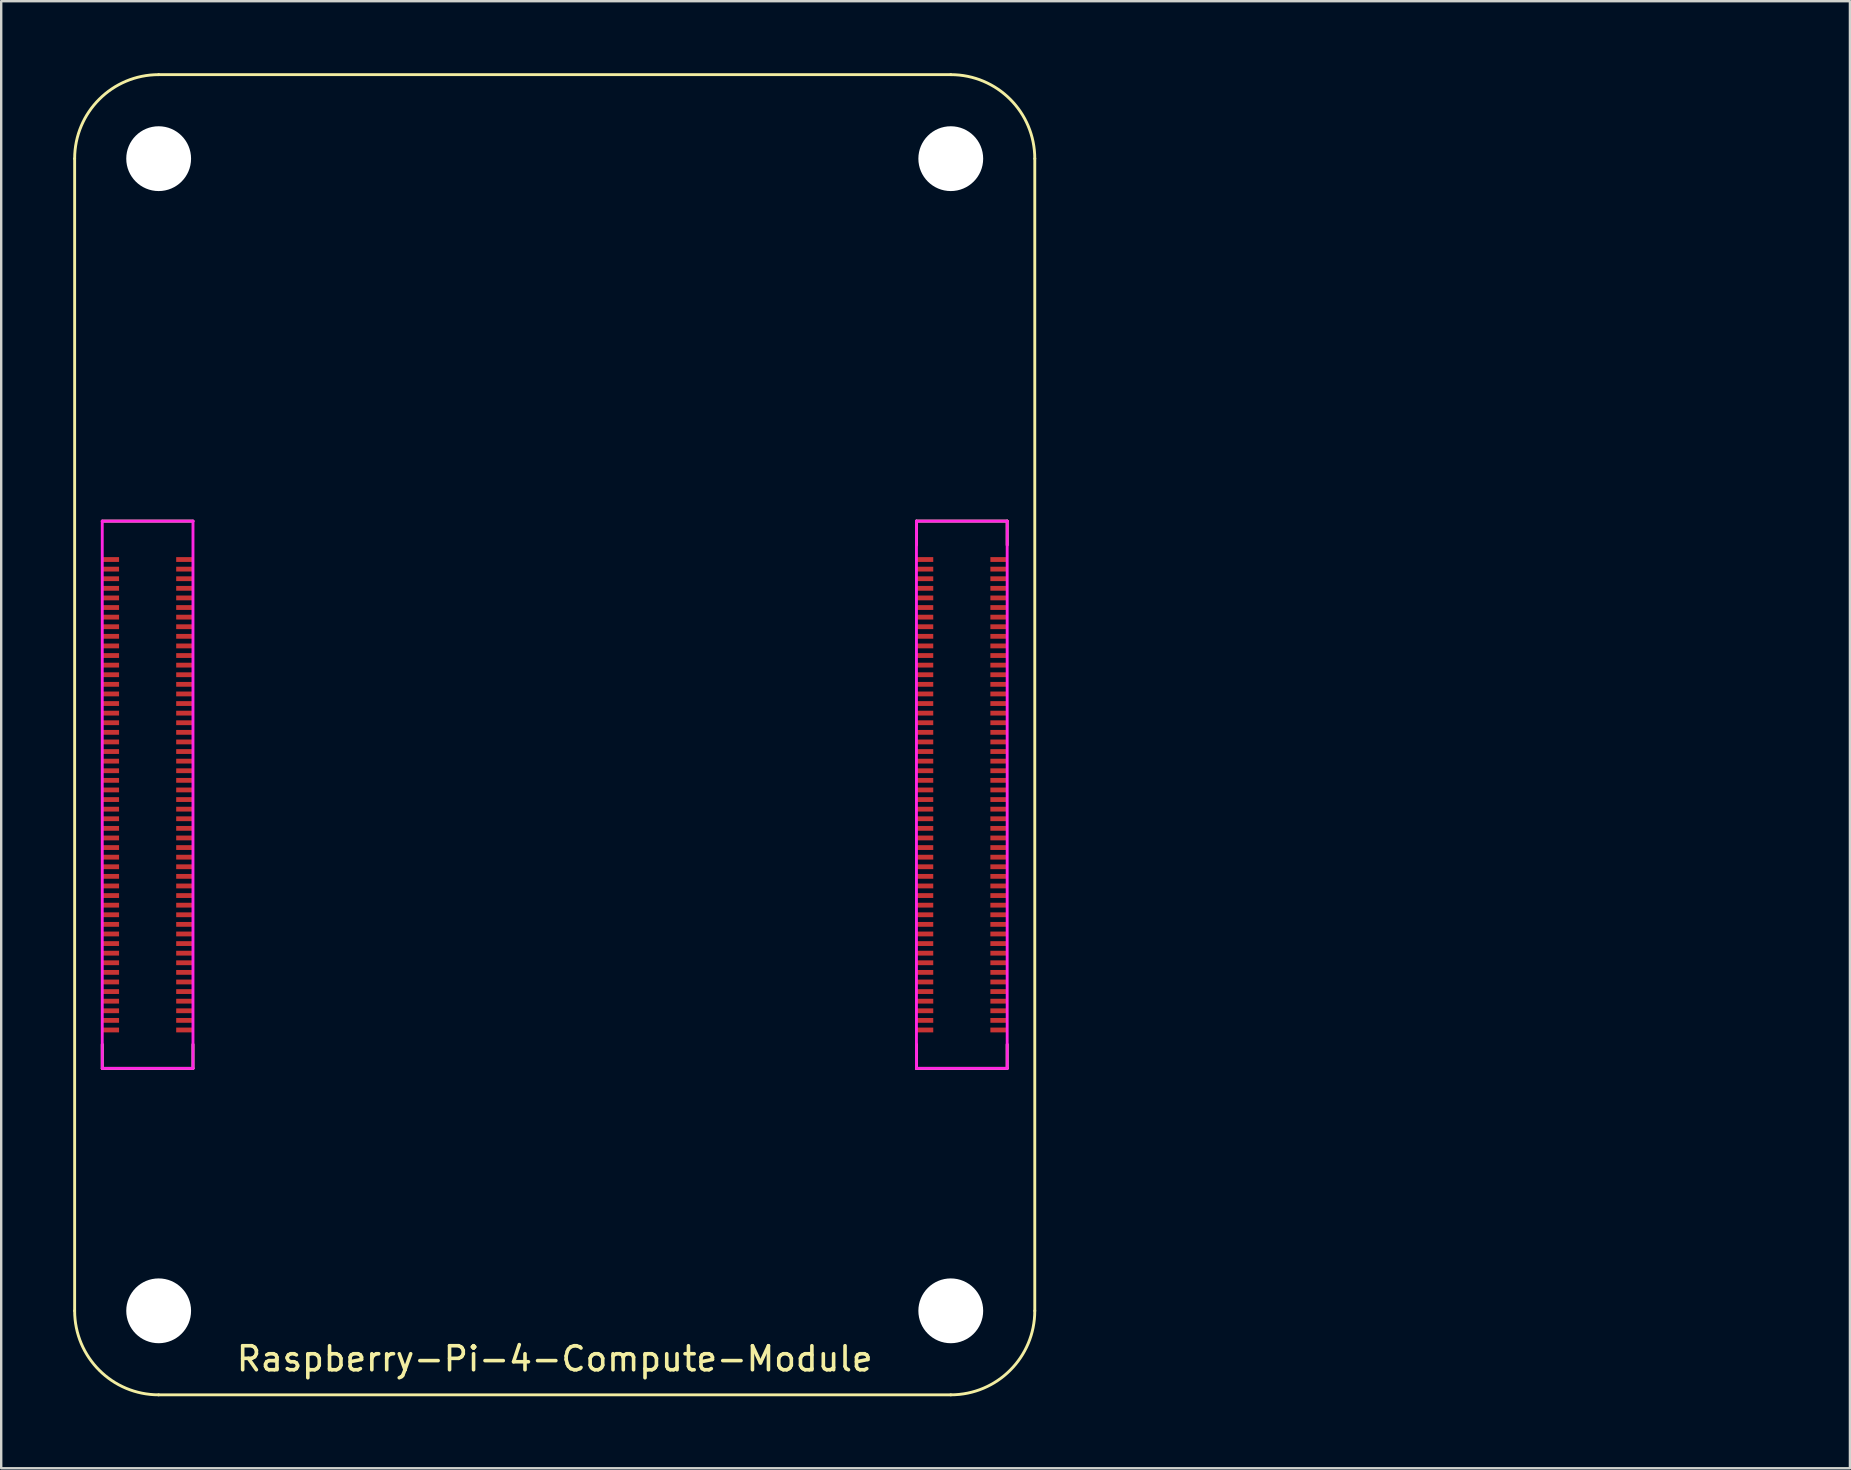
<source format=kicad_pcb>
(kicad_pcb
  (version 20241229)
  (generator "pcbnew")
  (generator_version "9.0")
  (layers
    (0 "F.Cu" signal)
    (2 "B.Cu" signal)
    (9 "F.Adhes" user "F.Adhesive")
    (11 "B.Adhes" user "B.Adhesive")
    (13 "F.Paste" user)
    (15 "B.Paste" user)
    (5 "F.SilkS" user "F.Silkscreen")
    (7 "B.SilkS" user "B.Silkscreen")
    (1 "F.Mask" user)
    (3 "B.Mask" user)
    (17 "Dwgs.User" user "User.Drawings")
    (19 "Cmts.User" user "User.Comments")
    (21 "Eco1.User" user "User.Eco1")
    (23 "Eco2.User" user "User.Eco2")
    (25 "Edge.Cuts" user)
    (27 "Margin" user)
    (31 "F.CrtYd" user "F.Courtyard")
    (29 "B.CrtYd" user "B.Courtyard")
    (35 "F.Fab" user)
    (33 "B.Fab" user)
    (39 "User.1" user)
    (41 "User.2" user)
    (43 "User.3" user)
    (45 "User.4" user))
  (footprint "Raspberry-Pi-4-Compute-Module"
    (layer "F.Cu")
    (at 3.56 51.56)
    (property "Reference" "Raspberry-Pi-4-Compute-Module" (at 16.5 2 180) (layer "F.SilkS") (effects (font (size 1 1) (thickness 0.15))))
    (attr smd)
    (fp_line (start -3.5 -48) (end -3.5 0) (stroke (width 0.12) (type solid)) (layer "F.SilkS"))
    (fp_line (start -2.35 -32.9) (end 1.43 -32.9) (stroke (width 0.12) (type solid)) (layer "F.SilkS"))
    (fp_line (start -2.35 -10.1) (end -2.35 -11.1) (stroke (width 0.12) (type solid)) (layer "F.SilkS"))
    (fp_line (start -2.35 -10.1) (end 1.43 -10.1) (stroke (width 0.12) (type solid)) (layer "F.SilkS"))
    (fp_line (start 0 3.5) (end 33 3.5) (stroke (width 0.12) (type solid)) (layer "F.SilkS"))
    (fp_line (start 1.43 -10.1) (end 1.43 -11.1) (stroke (width 0.12) (type solid)) (layer "F.SilkS"))
    (fp_line (start 31.57 -32.9) (end 31.57 -31.9) (stroke (width 0.12) (type solid)) (layer "F.SilkS"))
    (fp_line (start 31.57 -32.9) (end 35.35 -32.9) (stroke (width 0.12) (type solid)) (layer "F.SilkS"))
    (fp_line (start 31.57 -10.1) (end 31.57 -11.1) (stroke (width 0.12) (type solid)) (layer "F.SilkS"))
    (fp_line (start 31.57 -10.1) (end 35.35 -10.1) (stroke (width 0.12) (type solid)) (layer "F.SilkS"))
    (fp_line (start 33 -51.5) (end 0 -51.5) (stroke (width 0.12) (type solid)) (layer "F.SilkS"))
    (fp_line (start 35.35 -32.9) (end 35.35 -31.9) (stroke (width 0.12) (type solid)) (layer "F.SilkS"))
    (fp_line (start 35.35 -10.1) (end 35.35 -11.1) (stroke (width 0.12) (type solid)) (layer "F.SilkS"))
    (fp_line (start 36.5 0) (end 36.5 -48) (stroke (width 0.12) (type solid)) (layer "F.SilkS"))
    (fp_arc (start -3.5 -48) (mid -2.474874 -50.474874) (end 0 -51.5) (stroke (width 0.12) (type solid)) (layer "F.SilkS"))
    (fp_arc (start 0 3.5) (mid -2.474874 2.474874) (end -3.5 0) (stroke (width 0.12) (type solid)) (layer "F.SilkS"))
    (fp_arc (start 33 -51.5) (mid 35.474874 -50.474874) (end 36.5 -48) (stroke (width 0.12) (type solid)) (layer "F.SilkS"))
    (fp_arc (start 36.5 0) (mid 35.474874 2.474874) (end 33 3.5) (stroke (width 0.12) (type solid)) (layer "F.SilkS"))
    (fp_line (start -2.35 -32.9) (end 1.43 -32.9) (stroke (width 0.12) (type solid)) (layer "F.CrtYd"))
    (fp_line (start -2.35 -10.1) (end -2.35 -32.9) (stroke (width 0.12) (type solid)) (layer "F.CrtYd"))
    (fp_line (start 1.43 -32.9) (end 1.43 -10.1) (stroke (width 0.12) (type solid)) (layer "F.CrtYd"))
    (fp_line (start 1.43 -10.1) (end -2.35 -10.1) (stroke (width 0.12) (type solid)) (layer "F.CrtYd"))
    (fp_line (start 31.57 -32.9) (end 35.35 -32.9) (stroke (width 0.12) (type solid)) (layer "F.CrtYd"))
    (fp_line (start 31.57 -10.1) (end 31.57 -32.9) (stroke (width 0.12) (type solid)) (layer "F.CrtYd"))
    (fp_line (start 35.35 -32.9) (end 35.35 -10.1) (stroke (width 0.12) (type solid)) (layer "F.CrtYd"))
    (fp_line (start 35.35 -10.1) (end 31.57 -10.1) (stroke (width 0.12) (type solid)) (layer "F.CrtYd"))
    (fp_rect (start 12.5 -51.5) (end 28.4 -45.4) (stroke (width 0.12) (type default)) (fill no) (layer "User.1"))
    (fp_text user "WIRELESS KEEPOUT" (at 13.1 -48 0) (unlocked yes) (layer "User.1") (effects (font (size 1 1) (thickness 0.15)) (justify left bottom)))
    (fp_text_box "Receptacle component options:\n1.5mm height: 2x Hirose DF40C-100DS-0.4v\nOR\n3.0mm height: 2x Hirose DF40HC(3.0)-100DS-0.4v" (start 38.2 -43.4) (end 67.4 -32.1) (margins 0.81 0.81 0.81 0.81) (layer "User.1") (effects (font (size 1 1) (thickness 0.15)) (justify left top)) (border yes) (stroke (width 0.12) (type solid)))
    (pad "" np_thru_hole circle (at 0 -48) (size 2.7 2.7) (drill 2.7) (layers "*.Cu" "*.Mask"))
    (pad "" np_thru_hole circle (at 0 0) (size 2.7 2.7) (drill 2.7) (layers "*.Cu" "*.Mask"))
    (pad "" np_thru_hole circle (at 33 -48) (size 2.7 2.7) (drill 2.7) (layers "*.Cu" "*.Mask"))
    (pad "" np_thru_hole circle (at 33 0) (size 2.7 2.7) (drill 2.7) (layers "*.Cu" "*.Mask"))
    (pad "1" smd rect (at -2 -31.3 270) (size 0.2 0.7) (layers "F.Cu" "F.Mask" "F.Paste"))
    (pad "2" smd rect (at 1.08 -31.3 270) (size 0.2 0.7) (layers "F.Cu" "F.Mask" "F.Paste"))
    (pad "3" smd rect (at -2 -30.9 270) (size 0.2 0.7) (layers "F.Cu" "F.Mask" "F.Paste"))
    (pad "4" smd rect (at 1.08 -30.9 270) (size 0.2 0.7) (layers "F.Cu" "F.Mask" "F.Paste"))
    (pad "5" smd rect (at -2 -30.5 270) (size 0.2 0.7) (layers "F.Cu" "F.Mask" "F.Paste"))
    (pad "6" smd rect (at 1.08 -30.5 270) (size 0.2 0.7) (layers "F.Cu" "F.Mask" "F.Paste"))
    (pad "7" smd rect (at -2 -30.1 270) (size 0.2 0.7) (layers "F.Cu" "F.Mask" "F.Paste"))
    (pad "8" smd rect (at 1.08 -30.1 270) (size 0.2 0.7) (layers "F.Cu" "F.Mask" "F.Paste"))
    (pad "9" smd rect (at -2 -29.7 270) (size 0.2 0.7) (layers "F.Cu" "F.Mask" "F.Paste"))
    (pad "10" smd rect (at 1.08 -29.7 270) (size 0.2 0.7) (layers "F.Cu" "F.Mask" "F.Paste"))
    (pad "11" smd rect (at -2 -29.3 270) (size 0.2 0.7) (layers "F.Cu" "F.Mask" "F.Paste"))
    (pad "12" smd rect (at 1.08 -29.3 270) (size 0.2 0.7) (layers "F.Cu" "F.Mask" "F.Paste"))
    (pad "13" smd rect (at -2 -28.9 270) (size 0.2 0.7) (layers "F.Cu" "F.Mask" "F.Paste"))
    (pad "14" smd rect (at 1.08 -28.9 270) (size 0.2 0.7) (layers "F.Cu" "F.Mask" "F.Paste"))
    (pad "15" smd rect (at -2 -28.5 270) (size 0.2 0.7) (layers "F.Cu" "F.Mask" "F.Paste"))
    (pad "16" smd rect (at 1.08 -28.5 270) (size 0.2 0.7) (layers "F.Cu" "F.Mask" "F.Paste"))
    (pad "17" smd rect (at -2 -28.1 270) (size 0.2 0.7) (layers "F.Cu" "F.Mask" "F.Paste"))
    (pad "18" smd rect (at 1.08 -28.1 270) (size 0.2 0.7) (layers "F.Cu" "F.Mask" "F.Paste"))
    (pad "19" smd rect (at -2 -27.7 270) (size 0.2 0.7) (layers "F.Cu" "F.Mask" "F.Paste"))
    (pad "20" smd rect (at 1.08 -27.7 270) (size 0.2 0.7) (layers "F.Cu" "F.Mask" "F.Paste"))
    (pad "21" smd rect (at -2 -27.3 270) (size 0.2 0.7) (layers "F.Cu" "F.Mask" "F.Paste"))
    (pad "22" smd rect (at 1.08 -27.3 270) (size 0.2 0.7) (layers "F.Cu" "F.Mask" "F.Paste"))
    (pad "23" smd rect (at -2 -26.9 270) (size 0.2 0.7) (layers "F.Cu" "F.Mask" "F.Paste"))
    (pad "24" smd rect (at 1.08 -26.9 270) (size 0.2 0.7) (layers "F.Cu" "F.Mask" "F.Paste"))
    (pad "25" smd rect (at -2 -26.5 270) (size 0.2 0.7) (layers "F.Cu" "F.Mask" "F.Paste"))
    (pad "26" smd rect (at 1.08 -26.5 270) (size 0.2 0.7) (layers "F.Cu" "F.Mask" "F.Paste"))
    (pad "27" smd rect (at -2 -26.1 270) (size 0.2 0.7) (layers "F.Cu" "F.Mask" "F.Paste"))
    (pad "28" smd rect (at 1.08 -26.1 270) (size 0.2 0.7) (layers "F.Cu" "F.Mask" "F.Paste"))
    (pad "29" smd rect (at -2 -25.7 270) (size 0.2 0.7) (layers "F.Cu" "F.Mask" "F.Paste"))
    (pad "30" smd rect (at 1.08 -25.7 270) (size 0.2 0.7) (layers "F.Cu" "F.Mask" "F.Paste"))
    (pad "31" smd rect (at -2 -25.3 270) (size 0.2 0.7) (layers "F.Cu" "F.Mask" "F.Paste"))
    (pad "32" smd rect (at 1.08 -25.3 270) (size 0.2 0.7) (layers "F.Cu" "F.Mask" "F.Paste"))
    (pad "33" smd rect (at -2 -24.9 270) (size 0.2 0.7) (layers "F.Cu" "F.Mask" "F.Paste"))
    (pad "34" smd rect (at 1.08 -24.9 270) (size 0.2 0.7) (layers "F.Cu" "F.Mask" "F.Paste"))
    (pad "35" smd rect (at -2 -24.5 270) (size 0.2 0.7) (layers "F.Cu" "F.Mask" "F.Paste"))
    (pad "36" smd rect (at 1.08 -24.5 270) (size 0.2 0.7) (layers "F.Cu" "F.Mask" "F.Paste"))
    (pad "37" smd rect (at -2 -24.1 270) (size 0.2 0.7) (layers "F.Cu" "F.Mask" "F.Paste"))
    (pad "38" smd rect (at 1.08 -24.1 270) (size 0.2 0.7) (layers "F.Cu" "F.Mask" "F.Paste"))
    (pad "39" smd rect (at -2 -23.7 270) (size 0.2 0.7) (layers "F.Cu" "F.Mask" "F.Paste"))
    (pad "40" smd rect (at 1.08 -23.7 270) (size 0.2 0.7) (layers "F.Cu" "F.Mask" "F.Paste"))
    (pad "41" smd rect (at -2 -23.3 270) (size 0.2 0.7) (layers "F.Cu" "F.Mask" "F.Paste"))
    (pad "42" smd rect (at 1.08 -23.3 270) (size 0.2 0.7) (layers "F.Cu" "F.Mask" "F.Paste"))
    (pad "43" smd rect (at -2 -22.9 270) (size 0.2 0.7) (layers "F.Cu" "F.Mask" "F.Paste"))
    (pad "44" smd rect (at 1.08 -22.9 270) (size 0.2 0.7) (layers "F.Cu" "F.Mask" "F.Paste"))
    (pad "45" smd rect (at -2 -22.5 270) (size 0.2 0.7) (layers "F.Cu" "F.Mask" "F.Paste"))
    (pad "46" smd rect (at 1.08 -22.5 270) (size 0.2 0.7) (layers "F.Cu" "F.Mask" "F.Paste"))
    (pad "47" smd rect (at -2 -22.1 270) (size 0.2 0.7) (layers "F.Cu" "F.Mask" "F.Paste"))
    (pad "48" smd rect (at 1.08 -22.1 270) (size 0.2 0.7) (layers "F.Cu" "F.Mask" "F.Paste"))
    (pad "49" smd rect (at -2 -21.7 270) (size 0.2 0.7) (layers "F.Cu" "F.Mask" "F.Paste"))
    (pad "50" smd rect (at 1.08 -21.7 270) (size 0.2 0.7) (layers "F.Cu" "F.Mask" "F.Paste"))
    (pad "51" smd rect (at -2 -21.3 270) (size 0.2 0.7) (layers "F.Cu" "F.Mask" "F.Paste"))
    (pad "52" smd rect (at 1.08 -21.3 270) (size 0.2 0.7) (layers "F.Cu" "F.Mask" "F.Paste"))
    (pad "53" smd rect (at -2 -20.9 270) (size 0.2 0.7) (layers "F.Cu" "F.Mask" "F.Paste"))
    (pad "54" smd rect (at 1.08 -20.9 270) (size 0.2 0.7) (layers "F.Cu" "F.Mask" "F.Paste"))
    (pad "55" smd rect (at -2 -20.5 270) (size 0.2 0.7) (layers "F.Cu" "F.Mask" "F.Paste"))
    (pad "56" smd rect (at 1.08 -20.5 270) (size 0.2 0.7) (layers "F.Cu" "F.Mask" "F.Paste"))
    (pad "57" smd rect (at -2 -20.1 270) (size 0.2 0.7) (layers "F.Cu" "F.Mask" "F.Paste"))
    (pad "58" smd rect (at 1.08 -20.1 270) (size 0.2 0.7) (layers "F.Cu" "F.Mask" "F.Paste"))
    (pad "59" smd rect (at -2 -19.7 270) (size 0.2 0.7) (layers "F.Cu" "F.Mask" "F.Paste"))
    (pad "60" smd rect (at 1.08 -19.7 270) (size 0.2 0.7) (layers "F.Cu" "F.Mask" "F.Paste"))
    (pad "61" smd rect (at -2 -19.3 270) (size 0.2 0.7) (layers "F.Cu" "F.Mask" "F.Paste"))
    (pad "62" smd rect (at 1.08 -19.3 270) (size 0.2 0.7) (layers "F.Cu" "F.Mask" "F.Paste"))
    (pad "63" smd rect (at -2 -18.9 270) (size 0.2 0.7) (layers "F.Cu" "F.Mask" "F.Paste"))
    (pad "64" smd rect (at 1.08 -18.9 270) (size 0.2 0.7) (layers "F.Cu" "F.Mask" "F.Paste"))
    (pad "65" smd rect (at -2 -18.5 270) (size 0.2 0.7) (layers "F.Cu" "F.Mask" "F.Paste"))
    (pad "66" smd rect (at 1.08 -18.5 270) (size 0.2 0.7) (layers "F.Cu" "F.Mask" "F.Paste"))
    (pad "67" smd rect (at -2 -18.1 270) (size 0.2 0.7) (layers "F.Cu" "F.Mask" "F.Paste"))
    (pad "68" smd rect (at 1.08 -18.1 270) (size 0.2 0.7) (layers "F.Cu" "F.Mask" "F.Paste"))
    (pad "69" smd rect (at -2 -17.7 270) (size 0.2 0.7) (layers "F.Cu" "F.Mask" "F.Paste"))
    (pad "70" smd rect (at 1.08 -17.7 270) (size 0.2 0.7) (layers "F.Cu" "F.Mask" "F.Paste"))
    (pad "71" smd rect (at -2 -17.3 270) (size 0.2 0.7) (layers "F.Cu" "F.Mask" "F.Paste"))
    (pad "72" smd rect (at 1.08 -17.3 270) (size 0.2 0.7) (layers "F.Cu" "F.Mask" "F.Paste"))
    (pad "73" smd rect (at -2 -16.9 270) (size 0.2 0.7) (layers "F.Cu" "F.Mask" "F.Paste"))
    (pad "74" smd rect (at 1.08 -16.9 270) (size 0.2 0.7) (layers "F.Cu" "F.Mask" "F.Paste"))
    (pad "75" smd rect (at -2 -16.5 270) (size 0.2 0.7) (layers "F.Cu" "F.Mask" "F.Paste"))
    (pad "76" smd rect (at 1.08 -16.5 270) (size 0.2 0.7) (layers "F.Cu" "F.Mask" "F.Paste"))
    (pad "77" smd rect (at -2 -16.1 270) (size 0.2 0.7) (layers "F.Cu" "F.Mask" "F.Paste"))
    (pad "78" smd rect (at 1.08 -16.1 270) (size 0.2 0.7) (layers "F.Cu" "F.Mask" "F.Paste"))
    (pad "79" smd rect (at -2 -15.7 270) (size 0.2 0.7) (layers "F.Cu" "F.Mask" "F.Paste"))
    (pad "80" smd rect (at 1.08 -15.7 270) (size 0.2 0.7) (layers "F.Cu" "F.Mask" "F.Paste"))
    (pad "81" smd rect (at -2 -15.3 270) (size 0.2 0.7) (layers "F.Cu" "F.Mask" "F.Paste"))
    (pad "82" smd rect (at 1.08 -15.3 270) (size 0.2 0.7) (layers "F.Cu" "F.Mask" "F.Paste"))
    (pad "83" smd rect (at -2 -14.9 270) (size 0.2 0.7) (layers "F.Cu" "F.Mask" "F.Paste"))
    (pad "84" smd rect (at 1.08 -14.9 270) (size 0.2 0.7) (layers "F.Cu" "F.Mask" "F.Paste"))
    (pad "85" smd rect (at -2 -14.5 270) (size 0.2 0.7) (layers "F.Cu" "F.Mask" "F.Paste"))
    (pad "86" smd rect (at 1.08 -14.5 270) (size 0.2 0.7) (layers "F.Cu" "F.Mask" "F.Paste"))
    (pad "87" smd rect (at -2 -14.1 270) (size 0.2 0.7) (layers "F.Cu" "F.Mask" "F.Paste"))
    (pad "88" smd rect (at 1.08 -14.1 270) (size 0.2 0.7) (layers "F.Cu" "F.Mask" "F.Paste"))
    (pad "89" smd rect (at -2 -13.7 270) (size 0.2 0.7) (layers "F.Cu" "F.Mask" "F.Paste"))
    (pad "90" smd rect (at 1.08 -13.7 270) (size 0.2 0.7) (layers "F.Cu" "F.Mask" "F.Paste"))
    (pad "91" smd rect (at -2 -13.3 270) (size 0.2 0.7) (layers "F.Cu" "F.Mask" "F.Paste"))
    (pad "92" smd rect (at 1.08 -13.3 270) (size 0.2 0.7) (layers "F.Cu" "F.Mask" "F.Paste"))
    (pad "93" smd rect (at -2 -12.9 270) (size 0.2 0.7) (layers "F.Cu" "F.Mask" "F.Paste"))
    (pad "94" smd rect (at 1.08 -12.9 270) (size 0.2 0.7) (layers "F.Cu" "F.Mask" "F.Paste"))
    (pad "95" smd rect (at -2 -12.5 270) (size 0.2 0.7) (layers "F.Cu" "F.Mask" "F.Paste"))
    (pad "96" smd rect (at 1.08 -12.5 270) (size 0.2 0.7) (layers "F.Cu" "F.Mask" "F.Paste"))
    (pad "97" smd rect (at -2 -12.1 270) (size 0.2 0.7) (layers "F.Cu" "F.Mask" "F.Paste"))
    (pad "98" smd rect (at 1.08 -12.1 270) (size 0.2 0.7) (layers "F.Cu" "F.Mask" "F.Paste"))
    (pad "99" smd rect (at -2 -11.7 270) (size 0.2 0.7) (layers "F.Cu" "F.Mask" "F.Paste"))
    (pad "100" smd rect (at 1.08 -11.7 270) (size 0.2 0.7) (layers "F.Cu" "F.Mask" "F.Paste"))
    (pad "101" smd rect (at 31.92 -31.3 270) (size 0.2 0.7) (layers "F.Cu" "F.Mask" "F.Paste"))
    (pad "102" smd rect (at 35 -31.3 270) (size 0.2 0.7) (layers "F.Cu" "F.Mask" "F.Paste"))
    (pad "103" smd rect (at 31.92 -30.9 270) (size 0.2 0.7) (layers "F.Cu" "F.Mask" "F.Paste"))
    (pad "104" smd rect (at 35 -30.9 270) (size 0.2 0.7) (layers "F.Cu" "F.Mask" "F.Paste"))
    (pad "105" smd rect (at 31.92 -30.5 270) (size 0.2 0.7) (layers "F.Cu" "F.Mask" "F.Paste"))
    (pad "106" smd rect (at 35 -30.5 270) (size 0.2 0.7) (layers "F.Cu" "F.Mask" "F.Paste"))
    (pad "107" smd rect (at 31.92 -30.1 270) (size 0.2 0.7) (layers "F.Cu" "F.Mask" "F.Paste"))
    (pad "108" smd rect (at 35 -30.1 270) (size 0.2 0.7) (layers "F.Cu" "F.Mask" "F.Paste"))
    (pad "109" smd rect (at 31.92 -29.7 270) (size 0.2 0.7) (layers "F.Cu" "F.Mask" "F.Paste"))
    (pad "110" smd rect (at 35 -29.7 270) (size 0.2 0.7) (layers "F.Cu" "F.Mask" "F.Paste"))
    (pad "111" smd rect (at 31.92 -29.3 270) (size 0.2 0.7) (layers "F.Cu" "F.Mask" "F.Paste"))
    (pad "112" smd rect (at 35 -29.3 270) (size 0.2 0.7) (layers "F.Cu" "F.Mask" "F.Paste"))
    (pad "113" smd rect (at 31.92 -28.9 270) (size 0.2 0.7) (layers "F.Cu" "F.Mask" "F.Paste"))
    (pad "114" smd rect (at 35 -28.9 270) (size 0.2 0.7) (layers "F.Cu" "F.Mask" "F.Paste"))
    (pad "115" smd rect (at 31.92 -28.5 270) (size 0.2 0.7) (layers "F.Cu" "F.Mask" "F.Paste"))
    (pad "116" smd rect (at 35 -28.5 270) (size 0.2 0.7) (layers "F.Cu" "F.Mask" "F.Paste"))
    (pad "117" smd rect (at 31.92 -28.1 270) (size 0.2 0.7) (layers "F.Cu" "F.Mask" "F.Paste"))
    (pad "118" smd rect (at 35 -28.1 270) (size 0.2 0.7) (layers "F.Cu" "F.Mask" "F.Paste"))
    (pad "119" smd rect (at 31.92 -27.7 270) (size 0.2 0.7) (layers "F.Cu" "F.Mask" "F.Paste"))
    (pad "120" smd rect (at 35 -27.7 270) (size 0.2 0.7) (layers "F.Cu" "F.Mask" "F.Paste"))
    (pad "121" smd rect (at 31.92 -27.3 270) (size 0.2 0.7) (layers "F.Cu" "F.Mask" "F.Paste"))
    (pad "122" smd rect (at 35 -27.3 270) (size 0.2 0.7) (layers "F.Cu" "F.Mask" "F.Paste"))
    (pad "123" smd rect (at 31.92 -26.9 270) (size 0.2 0.7) (layers "F.Cu" "F.Mask" "F.Paste"))
    (pad "124" smd rect (at 35 -26.9 270) (size 0.2 0.7) (layers "F.Cu" "F.Mask" "F.Paste"))
    (pad "125" smd rect (at 31.92 -26.5 270) (size 0.2 0.7) (layers "F.Cu" "F.Mask" "F.Paste"))
    (pad "126" smd rect (at 35 -26.5 270) (size 0.2 0.7) (layers "F.Cu" "F.Mask" "F.Paste"))
    (pad "127" smd rect (at 31.92 -26.1 270) (size 0.2 0.7) (layers "F.Cu" "F.Mask" "F.Paste"))
    (pad "128" smd rect (at 35 -26.1 270) (size 0.2 0.7) (layers "F.Cu" "F.Mask" "F.Paste"))
    (pad "129" smd rect (at 31.92 -25.7 270) (size 0.2 0.7) (layers "F.Cu" "F.Mask" "F.Paste"))
    (pad "130" smd rect (at 35 -25.7 270) (size 0.2 0.7) (layers "F.Cu" "F.Mask" "F.Paste"))
    (pad "131" smd rect (at 31.92 -25.3 270) (size 0.2 0.7) (layers "F.Cu" "F.Mask" "F.Paste"))
    (pad "132" smd rect (at 35 -25.3 270) (size 0.2 0.7) (layers "F.Cu" "F.Mask" "F.Paste"))
    (pad "133" smd rect (at 31.92 -24.9 270) (size 0.2 0.7) (layers "F.Cu" "F.Mask" "F.Paste"))
    (pad "134" smd rect (at 35 -24.9 270) (size 0.2 0.7) (layers "F.Cu" "F.Mask" "F.Paste"))
    (pad "135" smd rect (at 31.92 -24.5 270) (size 0.2 0.7) (layers "F.Cu" "F.Mask" "F.Paste"))
    (pad "136" smd rect (at 35 -24.5 270) (size 0.2 0.7) (layers "F.Cu" "F.Mask" "F.Paste"))
    (pad "137" smd rect (at 31.92 -24.1 270) (size 0.2 0.7) (layers "F.Cu" "F.Mask" "F.Paste"))
    (pad "138" smd rect (at 35 -24.1 270) (size 0.2 0.7) (layers "F.Cu" "F.Mask" "F.Paste"))
    (pad "139" smd rect (at 31.92 -23.7 270) (size 0.2 0.7) (layers "F.Cu" "F.Mask" "F.Paste"))
    (pad "140" smd rect (at 35 -23.7 270) (size 0.2 0.7) (layers "F.Cu" "F.Mask" "F.Paste"))
    (pad "141" smd rect (at 31.92 -23.3 270) (size 0.2 0.7) (layers "F.Cu" "F.Mask" "F.Paste"))
    (pad "142" smd rect (at 35 -23.3 270) (size 0.2 0.7) (layers "F.Cu" "F.Mask" "F.Paste"))
    (pad "143" smd rect (at 31.92 -22.9 270) (size 0.2 0.7) (layers "F.Cu" "F.Mask" "F.Paste"))
    (pad "144" smd rect (at 35 -22.9 270) (size 0.2 0.7) (layers "F.Cu" "F.Mask" "F.Paste"))
    (pad "145" smd rect (at 31.92 -22.5 270) (size 0.2 0.7) (layers "F.Cu" "F.Mask" "F.Paste"))
    (pad "146" smd rect (at 35 -22.5 270) (size 0.2 0.7) (layers "F.Cu" "F.Mask" "F.Paste"))
    (pad "147" smd rect (at 31.92 -22.1 270) (size 0.2 0.7) (layers "F.Cu" "F.Mask" "F.Paste"))
    (pad "148" smd rect (at 35 -22.1 270) (size 0.2 0.7) (layers "F.Cu" "F.Mask" "F.Paste"))
    (pad "149" smd rect (at 31.92 -21.7 270) (size 0.2 0.7) (layers "F.Cu" "F.Mask" "F.Paste"))
    (pad "150" smd rect (at 35 -21.7 270) (size 0.2 0.7) (layers "F.Cu" "F.Mask" "F.Paste"))
    (pad "151" smd rect (at 31.92 -21.3 270) (size 0.2 0.7) (layers "F.Cu" "F.Mask" "F.Paste"))
    (pad "152" smd rect (at 35 -21.3 270) (size 0.2 0.7) (layers "F.Cu" "F.Mask" "F.Paste"))
    (pad "153" smd rect (at 31.92 -20.9 270) (size 0.2 0.7) (layers "F.Cu" "F.Mask" "F.Paste"))
    (pad "154" smd rect (at 35 -20.9 270) (size 0.2 0.7) (layers "F.Cu" "F.Mask" "F.Paste"))
    (pad "155" smd rect (at 31.92 -20.5 270) (size 0.2 0.7) (layers "F.Cu" "F.Mask" "F.Paste"))
    (pad "156" smd rect (at 35 -20.5 270) (size 0.2 0.7) (layers "F.Cu" "F.Mask" "F.Paste"))
    (pad "157" smd rect (at 31.92 -20.1 270) (size 0.2 0.7) (layers "F.Cu" "F.Mask" "F.Paste"))
    (pad "158" smd rect (at 35 -20.1 270) (size 0.2 0.7) (layers "F.Cu" "F.Mask" "F.Paste"))
    (pad "159" smd rect (at 31.92 -19.7 270) (size 0.2 0.7) (layers "F.Cu" "F.Mask" "F.Paste"))
    (pad "160" smd rect (at 35 -19.7 270) (size 0.2 0.7) (layers "F.Cu" "F.Mask" "F.Paste"))
    (pad "161" smd rect (at 31.92 -19.3 270) (size 0.2 0.7) (layers "F.Cu" "F.Mask" "F.Paste"))
    (pad "162" smd rect (at 35 -19.3 270) (size 0.2 0.7) (layers "F.Cu" "F.Mask" "F.Paste"))
    (pad "163" smd rect (at 31.92 -18.9 270) (size 0.2 0.7) (layers "F.Cu" "F.Mask" "F.Paste"))
    (pad "164" smd rect (at 35 -18.9 270) (size 0.2 0.7) (layers "F.Cu" "F.Mask" "F.Paste"))
    (pad "165" smd rect (at 31.92 -18.5 270) (size 0.2 0.7) (layers "F.Cu" "F.Mask" "F.Paste"))
    (pad "166" smd rect (at 35 -18.5 270) (size 0.2 0.7) (layers "F.Cu" "F.Mask" "F.Paste"))
    (pad "167" smd rect (at 31.92 -18.1 270) (size 0.2 0.7) (layers "F.Cu" "F.Mask" "F.Paste"))
    (pad "168" smd rect (at 35 -18.1 270) (size 0.2 0.7) (layers "F.Cu" "F.Mask" "F.Paste"))
    (pad "169" smd rect (at 31.92 -17.7 270) (size 0.2 0.7) (layers "F.Cu" "F.Mask" "F.Paste"))
    (pad "170" smd rect (at 35 -17.7 270) (size 0.2 0.7) (layers "F.Cu" "F.Mask" "F.Paste"))
    (pad "171" smd rect (at 31.92 -17.3 270) (size 0.2 0.7) (layers "F.Cu" "F.Mask" "F.Paste"))
    (pad "172" smd rect (at 35 -17.3 270) (size 0.2 0.7) (layers "F.Cu" "F.Mask" "F.Paste"))
    (pad "173" smd rect (at 31.92 -16.9 270) (size 0.2 0.7) (layers "F.Cu" "F.Mask" "F.Paste"))
    (pad "174" smd rect (at 35 -16.9 270) (size 0.2 0.7) (layers "F.Cu" "F.Mask" "F.Paste"))
    (pad "175" smd rect (at 31.92 -16.5 270) (size 0.2 0.7) (layers "F.Cu" "F.Mask" "F.Paste"))
    (pad "176" smd rect (at 35 -16.5 270) (size 0.2 0.7) (layers "F.Cu" "F.Mask" "F.Paste"))
    (pad "177" smd rect (at 31.92 -16.1 270) (size 0.2 0.7) (layers "F.Cu" "F.Mask" "F.Paste"))
    (pad "178" smd rect (at 35 -16.1 270) (size 0.2 0.7) (layers "F.Cu" "F.Mask" "F.Paste"))
    (pad "179" smd rect (at 31.92 -15.7 270) (size 0.2 0.7) (layers "F.Cu" "F.Mask" "F.Paste"))
    (pad "180" smd rect (at 35 -15.7 270) (size 0.2 0.7) (layers "F.Cu" "F.Mask" "F.Paste"))
    (pad "181" smd rect (at 31.92 -15.3 270) (size 0.2 0.7) (layers "F.Cu" "F.Mask" "F.Paste"))
    (pad "182" smd rect (at 35 -15.3 270) (size 0.2 0.7) (layers "F.Cu" "F.Mask" "F.Paste"))
    (pad "183" smd rect (at 31.92 -14.9 270) (size 0.2 0.7) (layers "F.Cu" "F.Mask" "F.Paste"))
    (pad "184" smd rect (at 35 -14.9 270) (size 0.2 0.7) (layers "F.Cu" "F.Mask" "F.Paste"))
    (pad "185" smd rect (at 31.92 -14.5 270) (size 0.2 0.7) (layers "F.Cu" "F.Mask" "F.Paste"))
    (pad "186" smd rect (at 35 -14.5 270) (size 0.2 0.7) (layers "F.Cu" "F.Mask" "F.Paste"))
    (pad "187" smd rect (at 31.92 -14.1 270) (size 0.2 0.7) (layers "F.Cu" "F.Mask" "F.Paste"))
    (pad "188" smd rect (at 35 -14.1 270) (size 0.2 0.7) (layers "F.Cu" "F.Mask" "F.Paste"))
    (pad "189" smd rect (at 31.92 -13.7 270) (size 0.2 0.7) (layers "F.Cu" "F.Mask" "F.Paste"))
    (pad "190" smd rect (at 35 -13.7 270) (size 0.2 0.7) (layers "F.Cu" "F.Mask" "F.Paste"))
    (pad "191" smd rect (at 31.92 -13.3 270) (size 0.2 0.7) (layers "F.Cu" "F.Mask" "F.Paste"))
    (pad "192" smd rect (at 35 -13.3 270) (size 0.2 0.7) (layers "F.Cu" "F.Mask" "F.Paste"))
    (pad "193" smd rect (at 31.92 -12.9 270) (size 0.2 0.7) (layers "F.Cu" "F.Mask" "F.Paste"))
    (pad "194" smd rect (at 35 -12.9 270) (size 0.2 0.7) (layers "F.Cu" "F.Mask" "F.Paste"))
    (pad "195" smd rect (at 31.92 -12.5 270) (size 0.2 0.7) (layers "F.Cu" "F.Mask" "F.Paste"))
    (pad "196" smd rect (at 35 -12.5 270) (size 0.2 0.7) (layers "F.Cu" "F.Mask" "F.Paste"))
    (pad "197" smd rect (at 31.92 -12.1 270) (size 0.2 0.7) (layers "F.Cu" "F.Mask" "F.Paste"))
    (pad "198" smd rect (at 35 -12.1 270) (size 0.2 0.7) (layers "F.Cu" "F.Mask" "F.Paste"))
    (pad "199" smd rect (at 31.92 -11.7 270) (size 0.2 0.7) (layers "F.Cu" "F.Mask" "F.Paste"))
    (pad "200" smd rect (at 35 -11.7 270) (size 0.2 0.7) (layers "F.Cu" "F.Mask" "F.Paste")))
  (gr_rect
    (start -3 -3)
    (end 74.02 58.12)
    (stroke (width 0.1) (type default))
    (fill no)
    (layer "Edge.Cuts")))
</source>
